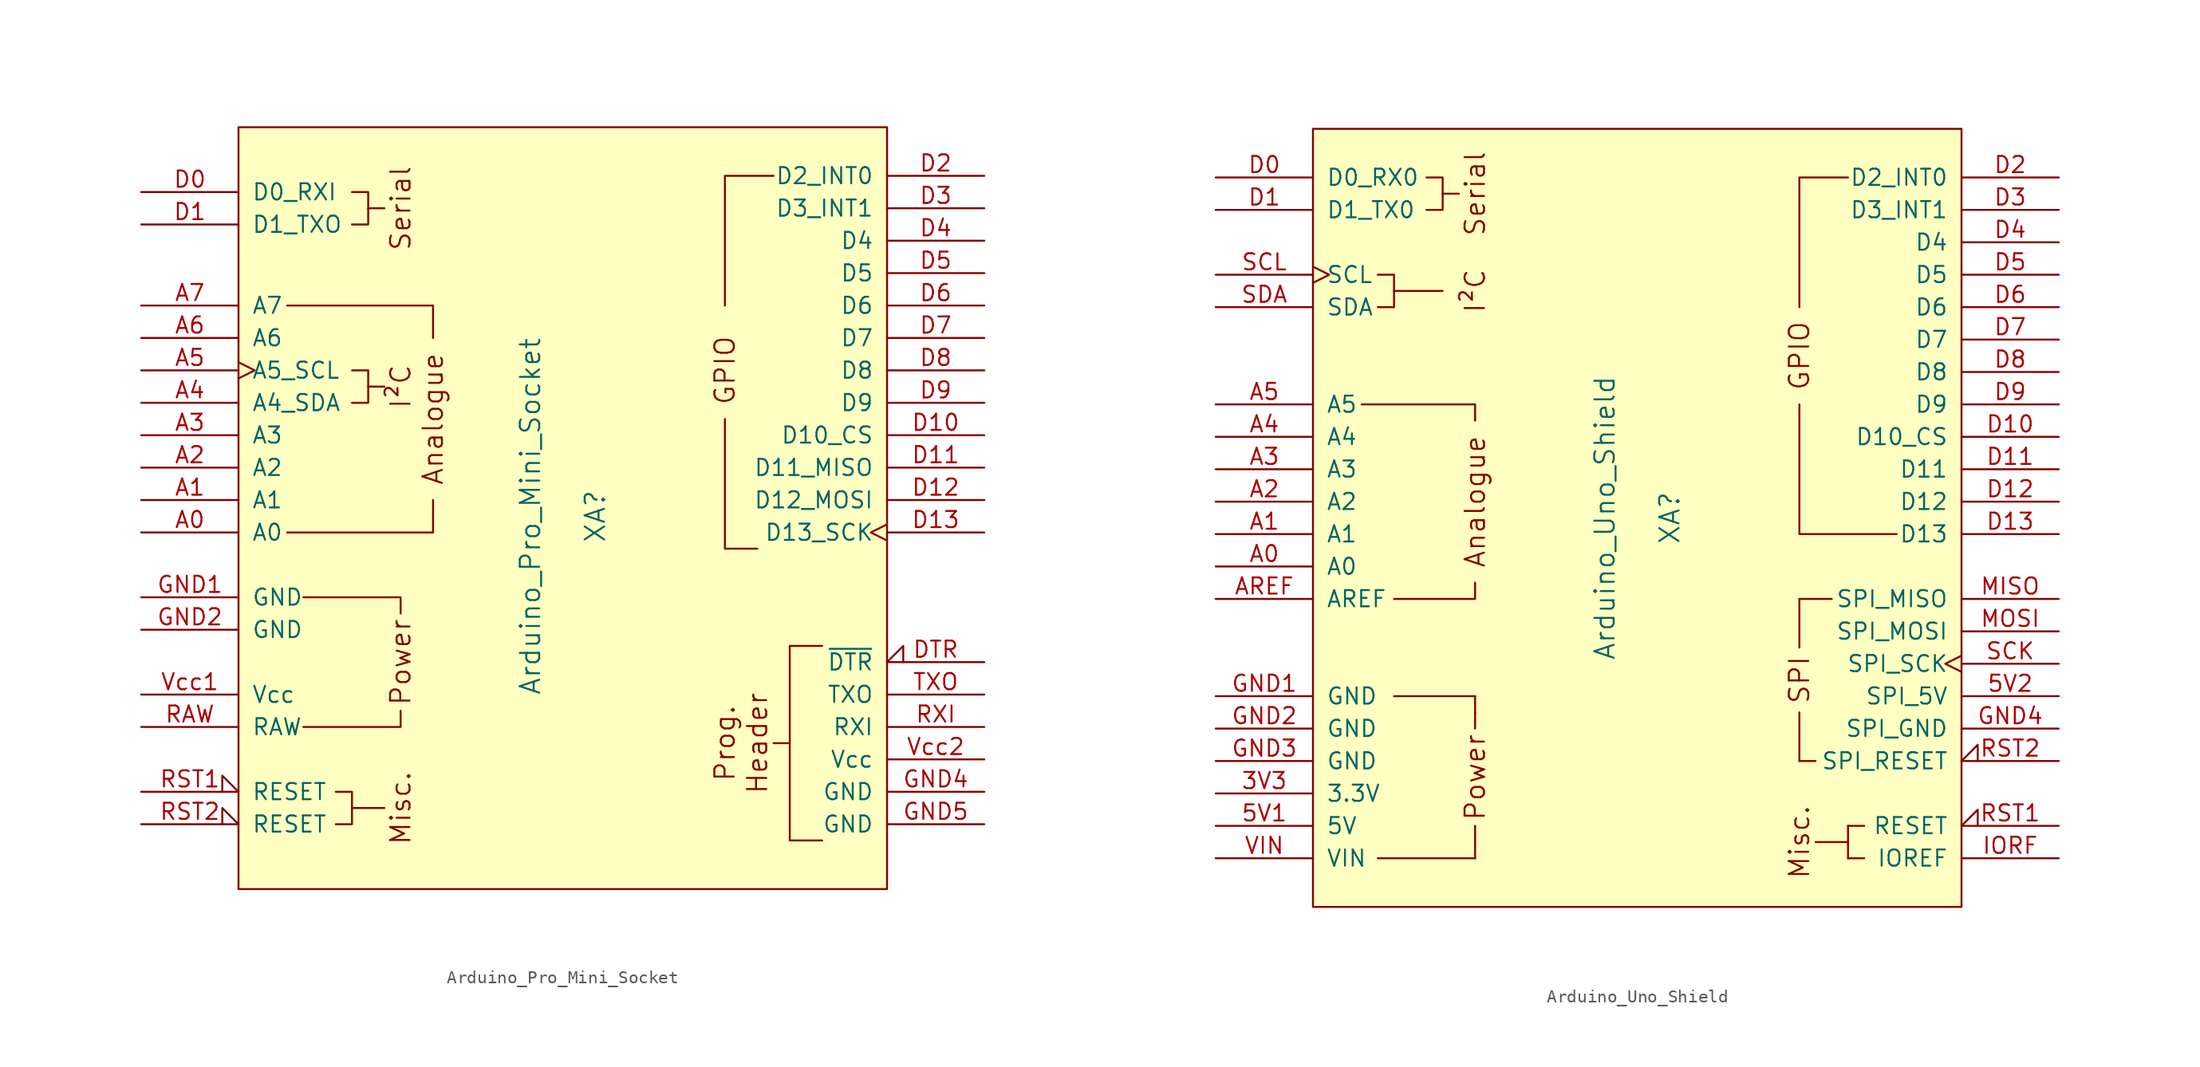
<source format=kicad_sym>
(kicad_symbol_lib
  (version 20211014)
  (generator kicad_symbol_editor)
  (symbol "Arduino_Pro_Mini_Socket"
    (pin_names
      (offset 1.016))
    (property "Reference" "XA"
      (at 2.54 0 90)
      (effects (font (size 1.524 1.524))))
    (property "Value" "Arduino_Pro_Mini_Socket"
      (at -2.54 0 90)
      (effects (font (size 1.524 1.524))))
    (symbol "Arduino_Pro_Mini_Socket_0_0"
      (rectangle (start -25.4 30.48) (end 25.4 -29.21) (stroke (width 0) (type default) (color 0 0 0 0)) (fill (type background)))
      (polyline (pts (xy -15.24 10.16) (xy -13.97 10.16)) (stroke (width 0) (type default) (color 0 0 0 0)) (fill (type none)))
      (polyline (pts (xy -15.24 24.13) (xy -13.97 24.13)) (stroke (width 0) (type default) (color 0 0 0 0)) (fill (type none)))
      (polyline (pts (xy -13.97 -22.86) (xy -16.51 -22.86)) (stroke (width 0) (type default) (color 0 0 0 0)) (fill (type none)))
      (polyline (pts (xy -20.32 -16.51) (xy -12.7 -16.51) (xy -12.7 -15.24)) (stroke (width 0) (type default) (color 0 0 0 0)) (fill (type none)))
      (polyline (pts (xy -12.7 -7.62) (xy -12.7 -6.35) (xy -20.32 -6.35)) (stroke (width 0) (type default) (color 0 0 0 0)) (fill (type none)))
      (polyline (pts (xy -10.16 1.27) (xy -10.16 -1.27) (xy -21.59 -1.27)) (stroke (width 0) (type default) (color 0 0 0 0)) (fill (type none)))
      (polyline (pts (xy -10.16 13.97) (xy -10.16 16.51) (xy -21.59 16.51)) (stroke (width 0) (type default) (color 0 0 0 0)) (fill (type none)))
      (polyline (pts (xy -16.51 11.43) (xy -15.24 11.43) (xy -15.24 8.89) (xy -16.51 8.89)) (stroke (width 0) (type default) (color 0 0 0 0)) (fill (type none)))
      (polyline (pts (xy -16.51 25.4) (xy -15.24 25.4) (xy -15.24 22.86) (xy -16.51 22.86)) (stroke (width 0) (type default) (color 0 0 0 0)) (fill (type none)))
      (polyline (pts (xy 20.32 -10.16) (xy 17.78 -10.16) (xy 17.78 -16.51) (xy 17.78 -17.78) (xy 16.51 -17.78) (xy 17.78 -17.78) (xy 17.78 -25.4) (xy 20.32 -25.4)) (stroke (width 0) (type default) (color 0 0 0 0)) (fill (type none)))
      (text "Analogue" (at -10.16 7.62 900) (effects (font (size 1.524 1.524))))
      (text "Header" (at 15.24 -17.78 900) (effects (font (size 1.524 1.524))))
      (text "I²C" (at -12.7 10.16 900) (effects (font (size 1.524 1.524))))
      (text "Misc." (at -12.7 -22.86 900) (effects (font (size 1.524 1.524))))
      (text "Power" (at -12.7 -11.43 900) (effects (font (size 1.524 1.524))))
      (text "Prog." (at 12.7 -17.78 900) (effects (font (size 1.524 1.524))))
      (text "Serial" (at -12.7 24.13 900) (effects (font (size 1.524 1.524)))))
    (symbol "Arduino_Pro_Mini_Socket_0_1"
      (polyline (pts (xy 15.24 -2.54) (xy 12.7 -2.54) (xy 12.7 7.62)) (stroke (width 0) (type default) (color 0 0 0 0)) (fill (type none)))
      (polyline (pts (xy 16.51 26.67) (xy 12.7 26.67) (xy 12.7 16.51)) (stroke (width 0) (type default) (color 0 0 0 0)) (fill (type none)))
      (polyline (pts (xy -17.78 -24.13) (xy -16.51 -24.13) (xy -16.51 -21.59) (xy -17.78 -21.59)) (stroke (width 0) (type default) (color 0 0 0 0)) (fill (type none))))
    (symbol "Arduino_Pro_Mini_Socket_1_0"
      (text "GPIO" (at 12.7 11.43 900) (effects (font (size 1.524 1.524)))))
    (symbol "Arduino_Pro_Mini_Socket_1_1"
      (pin bidirectional line (at -33.02 -1.27 0) (length 7.62) (name "A0" (effects (font (size 1.27 1.27)))) (number "A0" (effects (font (size 1.27 1.27)))))
      (pin bidirectional line (at -33.02 1.27 0) (length 7.62) (name "A1" (effects (font (size 1.27 1.27)))) (number "A1" (effects (font (size 1.27 1.27)))))
      (pin bidirectional line (at -33.02 3.81 0) (length 7.62) (name "A2" (effects (font (size 1.27 1.27)))) (number "A2" (effects (font (size 1.27 1.27)))))
      (pin bidirectional line (at -33.02 6.35 0) (length 7.62) (name "A3" (effects (font (size 1.27 1.27)))) (number "A3" (effects (font (size 1.27 1.27)))))
      (pin bidirectional line (at -33.02 8.89 0) (length 7.62) (name "A4_SDA" (effects (font (size 1.27 1.27)))) (number "A4" (effects (font (size 1.27 1.27)))))
      (pin bidirectional clock (at -33.02 11.43 0) (length 7.62) (name "A5_SCL" (effects (font (size 1.27 1.27)))) (number "A5" (effects (font (size 1.27 1.27)))))
      (pin input line (at -33.02 13.97 0) (length 7.62) (name "A6" (effects (font (size 1.27 1.27)))) (number "A6" (effects (font (size 1.27 1.27)))))
      (pin input line (at -33.02 16.51 0) (length 7.62) (name "A7" (effects (font (size 1.27 1.27)))) (number "A7" (effects (font (size 1.27 1.27)))))
      (pin bidirectional line (at -33.02 25.4 0) (length 7.62) (name "D0_RXI" (effects (font (size 1.27 1.27)))) (number "D0" (effects (font (size 1.27 1.27)))))
      (pin bidirectional line (at -33.02 22.86 0) (length 7.62) (name "D1_TXO" (effects (font (size 1.27 1.27)))) (number "D1" (effects (font (size 1.27 1.27)))))
      (pin bidirectional line (at 33.02 6.35 180) (length 7.62) (name "D10_CS" (effects (font (size 1.27 1.27)))) (number "D10" (effects (font (size 1.27 1.27)))))
      (pin bidirectional line (at 33.02 3.81 180) (length 7.62) (name "D11_MISO" (effects (font (size 1.27 1.27)))) (number "D11" (effects (font (size 1.27 1.27)))))
      (pin bidirectional line (at 33.02 1.27 180) (length 7.62) (name "D12_MOSI" (effects (font (size 1.27 1.27)))) (number "D12" (effects (font (size 1.27 1.27)))))
      (pin bidirectional clock (at 33.02 -1.27 180) (length 7.62) (name "D13_SCK" (effects (font (size 1.27 1.27)))) (number "D13" (effects (font (size 1.27 1.27)))))
      (pin bidirectional line (at 33.02 26.67 180) (length 7.62) (name "D2_INT0" (effects (font (size 1.27 1.27)))) (number "D2" (effects (font (size 1.27 1.27)))))
      (pin bidirectional line (at 33.02 24.13 180) (length 7.62) (name "D3_INT1" (effects (font (size 1.27 1.27)))) (number "D3" (effects (font (size 1.27 1.27)))))
      (pin bidirectional line (at 33.02 21.59 180) (length 7.62) (name "D4" (effects (font (size 1.27 1.27)))) (number "D4" (effects (font (size 1.27 1.27)))))
      (pin bidirectional line (at 33.02 19.05 180) (length 7.62) (name "D5" (effects (font (size 1.27 1.27)))) (number "D5" (effects (font (size 1.27 1.27)))))
      (pin bidirectional line (at 33.02 16.51 180) (length 7.62) (name "D6" (effects (font (size 1.27 1.27)))) (number "D6" (effects (font (size 1.27 1.27)))))
      (pin bidirectional line (at 33.02 13.97 180) (length 7.62) (name "D7" (effects (font (size 1.27 1.27)))) (number "D7" (effects (font (size 1.27 1.27)))))
      (pin bidirectional line (at 33.02 11.43 180) (length 7.62) (name "D8" (effects (font (size 1.27 1.27)))) (number "D8" (effects (font (size 1.27 1.27)))))
      (pin bidirectional line (at 33.02 8.89 180) (length 7.62) (name "D9" (effects (font (size 1.27 1.27)))) (number "D9" (effects (font (size 1.27 1.27)))))
      (pin input input_low (at 33.02 -11.43 180) (length 7.62) (name "~{DTR}" (effects (font (size 1.27 1.27)))) (number "DTR" (effects (font (size 1.27 1.27)))))
      (pin power_in line (at -33.02 -6.35 0) (length 7.62) (name "GND" (effects (font (size 1.27 1.27)))) (number "GND1" (effects (font (size 1.27 1.27)))))
      (pin power_in line (at -33.02 -8.89 0) (length 7.62) (name "GND" (effects (font (size 1.27 1.27)))) (number "GND2" (effects (font (size 1.27 1.27)))))
      (pin power_in line (at 33.02 -21.59 180) (length 7.62) (name "GND" (effects (font (size 1.27 1.27)))) (number "GND4" (effects (font (size 1.27 1.27)))))
      (pin power_in line (at 33.02 -24.13 180) (length 7.62) (name "GND" (effects (font (size 1.27 1.27)))) (number "GND5" (effects (font (size 1.27 1.27)))))
      (pin power_in line (at -33.02 -16.51 0) (length 7.62) (name "RAW" (effects (font (size 1.27 1.27)))) (number "RAW" (effects (font (size 1.27 1.27)))))
      (pin open_collector input_low (at -33.02 -21.59 0) (length 7.62) (name "RESET" (effects (font (size 1.27 1.27)))) (number "RST1" (effects (font (size 1.27 1.27)))))
      (pin open_collector input_low (at -33.02 -24.13 0) (length 7.62) (name "RESET" (effects (font (size 1.27 1.27)))) (number "RST2" (effects (font (size 1.27 1.27)))))
      (pin input line (at 33.02 -16.51 180) (length 7.62) (name "RXI" (effects (font (size 1.27 1.27)))) (number "RXI" (effects (font (size 1.27 1.27)))))
      (pin output line (at 33.02 -13.97 180) (length 7.62) (name "TXO" (effects (font (size 1.27 1.27)))) (number "TXO" (effects (font (size 1.27 1.27)))))
      (pin power_in line (at -33.02 -13.97 0) (length 7.62) (name "Vcc" (effects (font (size 1.27 1.27)))) (number "Vcc1" (effects (font (size 1.27 1.27)))))
      (pin power_in line (at 33.02 -19.05 180) (length 7.62) (name "Vcc" (effects (font (size 1.27 1.27)))) (number "Vcc2" (effects (font (size 1.27 1.27)))))))
  (symbol "Arduino_Uno_Shield"
    (pin_names
      (offset 1.016))
    (property "Reference" "XA"
      (at 2.54 0 90)
      (effects (font (size 1.524 1.524))))
    (property "Value" "Arduino_Uno_Shield"
      (at -2.54 0 90)
      (effects (font (size 1.524 1.524))))
    (symbol "Arduino_Uno_Shield_0_0"
      (rectangle (start -25.4 30.48) (end 25.4 -30.48) (stroke (width 0) (type default) (color 0 0 0 0)) (fill (type background)))
      (rectangle (start -20.32 -26.67) (end -12.7 -26.67) (stroke (width 0) (type default) (color 0 0 0 0)) (fill (type none)))
      (rectangle (start -19.05 -13.97) (end -12.7 -13.97) (stroke (width 0) (type default) (color 0 0 0 0)) (fill (type none)))
      (polyline (pts (xy -19.05 17.78) (xy -15.24 17.78)) (stroke (width 0) (type default) (color 0 0 0 0)) (fill (type none)))
      (polyline (pts (xy -15.24 25.4) (xy -13.97 25.4)) (stroke (width 0) (type default) (color 0 0 0 0)) (fill (type none)))
      (polyline (pts (xy -12.7 -26.67) (xy -12.7 -24.13)) (stroke (width 0) (type default) (color 0 0 0 0)) (fill (type none)))
      (polyline (pts (xy -12.7 -15.24) (xy -12.7 -16.51)) (stroke (width 0) (type default) (color 0 0 0 0)) (fill (type none)))
      (polyline (pts (xy -12.7 -13.97) (xy -12.7 -15.24)) (stroke (width 0) (type default) (color 0 0 0 0)) (fill (type none)))
      (polyline (pts (xy -12.7 -5.08) (xy -12.7 -6.35) (xy -19.05 -6.35)) (stroke (width 0) (type default) (color 0 0 0 0)) (fill (type none)))
      (polyline (pts (xy -12.7 7.62) (xy -12.7 8.89) (xy -21.59 8.89)) (stroke (width 0) (type default) (color 0 0 0 0)) (fill (type none)))
      (polyline (pts (xy 12.7 8.89) (xy 12.7 -1.27) (xy 20.32 -1.27)) (stroke (width 0) (type default) (color 0 0 0 0)) (fill (type none)))
      (polyline (pts (xy 12.7 16.51) (xy 12.7 26.67) (xy 16.51 26.67)) (stroke (width 0) (type default) (color 0 0 0 0)) (fill (type none)))
      (polyline (pts (xy -20.32 19.05) (xy -19.05 19.05) (xy -19.05 16.51) (xy -20.32 16.51)) (stroke (width 0) (type default) (color 0 0 0 0)) (fill (type none)))
      (polyline (pts (xy -16.51 26.67) (xy -15.24 26.67) (xy -15.24 24.13) (xy -16.51 24.13)) (stroke (width 0) (type default) (color 0 0 0 0)) (fill (type none)))
      (rectangle (start 12.7 -19.05) (end 12.7 -15.24) (stroke (width 0) (type default) (color 0 0 0 0)) (fill (type none)))
      (rectangle (start 12.7 -10.16) (end 12.7 -6.35) (stroke (width 0) (type default) (color 0 0 0 0)) (fill (type none)))
      (rectangle (start 13.97 -19.05) (end 12.7 -19.05) (stroke (width 0) (type default) (color 0 0 0 0)) (fill (type none)))
      (rectangle (start 15.24 -6.35) (end 12.7 -6.35) (stroke (width 0) (type default) (color 0 0 0 0)) (fill (type none)))
      (rectangle (start 16.51 -25.4) (end 13.97 -25.4) (stroke (width 0) (type default) (color 0 0 0 0)) (fill (type none)))
      (rectangle (start 16.51 -24.13) (end 16.51 -26.67) (stroke (width 0) (type default) (color 0 0 0 0)) (fill (type none)))
      (rectangle (start 17.78 -26.67) (end 16.51 -26.67) (stroke (width 0) (type default) (color 0 0 0 0)) (fill (type none)))
      (rectangle (start 17.78 -24.13) (end 16.51 -24.13) (stroke (width 0) (type default) (color 0 0 0 0)) (fill (type none)))
      (text "Analogue" (at -12.7 1.27 900) (effects (font (size 1.524 1.524))))
      (text "I²C" (at -12.7 17.78 900) (effects (font (size 1.524 1.524))))
      (text "Misc." (at 12.7 -25.4 900) (effects (font (size 1.524 1.524))))
      (text "Power" (at -12.7 -20.32 900) (effects (font (size 1.524 1.524))))
      (text "Serial" (at -12.7 25.4 900) (effects (font (size 1.524 1.524))))
      (text "SPI" (at 12.7 -12.7 900) (effects (font (size 1.524 1.524)))))
    (symbol "Arduino_Uno_Shield_1_0"
      (text "GPIO" (at 12.7 12.7 900) (effects (font (size 1.524 1.524)))))
    (symbol "Arduino_Uno_Shield_1_1"
      (pin power_out line (at -33.02 -21.59 0) (length 7.62) (name "3.3V" (effects (font (size 1.27 1.27)))) (number "3V3" (effects (font (size 1.27 1.27)))))
      (pin power_in line (at -33.02 -24.13 0) (length 7.62) (name "5V" (effects (font (size 1.27 1.27)))) (number "5V1" (effects (font (size 1.27 1.27)))))
      (pin power_in line (at 33.02 -13.97 180) (length 7.62) (name "SPI_5V" (effects (font (size 1.27 1.27)))) (number "5V2" (effects (font (size 1.27 1.27)))))
      (pin bidirectional line (at -33.02 -3.81 0) (length 7.62) (name "A0" (effects (font (size 1.27 1.27)))) (number "A0" (effects (font (size 1.27 1.27)))))
      (pin bidirectional line (at -33.02 -1.27 0) (length 7.62) (name "A1" (effects (font (size 1.27 1.27)))) (number "A1" (effects (font (size 1.27 1.27)))))
      (pin bidirectional line (at -33.02 1.27 0) (length 7.62) (name "A2" (effects (font (size 1.27 1.27)))) (number "A2" (effects (font (size 1.27 1.27)))))
      (pin bidirectional line (at -33.02 3.81 0) (length 7.62) (name "A3" (effects (font (size 1.27 1.27)))) (number "A3" (effects (font (size 1.27 1.27)))))
      (pin bidirectional line (at -33.02 6.35 0) (length 7.62) (name "A4" (effects (font (size 1.27 1.27)))) (number "A4" (effects (font (size 1.27 1.27)))))
      (pin bidirectional line (at -33.02 8.89 0) (length 7.62) (name "A5" (effects (font (size 1.27 1.27)))) (number "A5" (effects (font (size 1.27 1.27)))))
      (pin input line (at -33.02 -6.35 0) (length 7.62) (name "AREF" (effects (font (size 1.27 1.27)))) (number "AREF" (effects (font (size 1.27 1.27)))))
      (pin bidirectional line (at -33.02 26.67 0) (length 7.62) (name "D0_RX0" (effects (font (size 1.27 1.27)))) (number "D0" (effects (font (size 1.27 1.27)))))
      (pin bidirectional line (at -33.02 24.13 0) (length 7.62) (name "D1_TX0" (effects (font (size 1.27 1.27)))) (number "D1" (effects (font (size 1.27 1.27)))))
      (pin bidirectional line (at 33.02 6.35 180) (length 7.62) (name "D10_CS" (effects (font (size 1.27 1.27)))) (number "D10" (effects (font (size 1.27 1.27)))))
      (pin bidirectional line (at 33.02 3.81 180) (length 7.62) (name "D11" (effects (font (size 1.27 1.27)))) (number "D11" (effects (font (size 1.27 1.27)))))
      (pin bidirectional line (at 33.02 1.27 180) (length 7.62) (name "D12" (effects (font (size 1.27 1.27)))) (number "D12" (effects (font (size 1.27 1.27)))))
      (pin bidirectional line (at 33.02 -1.27 180) (length 7.62) (name "D13" (effects (font (size 1.27 1.27)))) (number "D13" (effects (font (size 1.27 1.27)))))
      (pin bidirectional line (at 33.02 26.67 180) (length 7.62) (name "D2_INT0" (effects (font (size 1.27 1.27)))) (number "D2" (effects (font (size 1.27 1.27)))))
      (pin bidirectional line (at 33.02 24.13 180) (length 7.62) (name "D3_INT1" (effects (font (size 1.27 1.27)))) (number "D3" (effects (font (size 1.27 1.27)))))
      (pin bidirectional line (at 33.02 21.59 180) (length 7.62) (name "D4" (effects (font (size 1.27 1.27)))) (number "D4" (effects (font (size 1.27 1.27)))))
      (pin bidirectional line (at 33.02 19.05 180) (length 7.62) (name "D5" (effects (font (size 1.27 1.27)))) (number "D5" (effects (font (size 1.27 1.27)))))
      (pin bidirectional line (at 33.02 16.51 180) (length 7.62) (name "D6" (effects (font (size 1.27 1.27)))) (number "D6" (effects (font (size 1.27 1.27)))))
      (pin bidirectional line (at 33.02 13.97 180) (length 7.62) (name "D7" (effects (font (size 1.27 1.27)))) (number "D7" (effects (font (size 1.27 1.27)))))
      (pin bidirectional line (at 33.02 11.43 180) (length 7.62) (name "D8" (effects (font (size 1.27 1.27)))) (number "D8" (effects (font (size 1.27 1.27)))))
      (pin bidirectional line (at 33.02 8.89 180) (length 7.62) (name "D9" (effects (font (size 1.27 1.27)))) (number "D9" (effects (font (size 1.27 1.27)))))
      (pin power_in line (at -33.02 -13.97 0) (length 7.62) (name "GND" (effects (font (size 1.27 1.27)))) (number "GND1" (effects (font (size 1.27 1.27)))))
      (pin power_in line (at -33.02 -16.51 0) (length 7.62) (name "GND" (effects (font (size 1.27 1.27)))) (number "GND2" (effects (font (size 1.27 1.27)))))
      (pin power_in line (at -33.02 -19.05 0) (length 7.62) (name "GND" (effects (font (size 1.27 1.27)))) (number "GND3" (effects (font (size 1.27 1.27)))))
      (pin power_in line (at 33.02 -16.51 180) (length 7.62) (name "SPI_GND" (effects (font (size 1.27 1.27)))) (number "GND4" (effects (font (size 1.27 1.27)))))
      (pin output line (at 33.02 -26.67 180) (length 7.62) (name "IOREF" (effects (font (size 1.27 1.27)))) (number "IORF" (effects (font (size 1.27 1.27)))))
      (pin input line (at 33.02 -6.35 180) (length 7.62) (name "SPI_MISO" (effects (font (size 1.27 1.27)))) (number "MISO" (effects (font (size 1.27 1.27)))))
      (pin output line (at 33.02 -8.89 180) (length 7.62) (name "SPI_MOSI" (effects (font (size 1.27 1.27)))) (number "MOSI" (effects (font (size 1.27 1.27)))))
      (pin open_collector input_low (at 33.02 -24.13 180) (length 7.62) (name "RESET" (effects (font (size 1.27 1.27)))) (number "RST1" (effects (font (size 1.27 1.27)))))
      (pin open_collector input_low (at 33.02 -19.05 180) (length 7.62) (name "SPI_RESET" (effects (font (size 1.27 1.27)))) (number "RST2" (effects (font (size 1.27 1.27)))))
      (pin output clock (at 33.02 -11.43 180) (length 7.62) (name "SPI_SCK" (effects (font (size 1.27 1.27)))) (number "SCK" (effects (font (size 1.27 1.27)))))
      (pin bidirectional clock (at -33.02 19.05 0) (length 7.62) (name "SCL" (effects (font (size 1.27 1.27)))) (number "SCL" (effects (font (size 1.27 1.27)))))
      (pin bidirectional line (at -33.02 16.51 0) (length 7.62) (name "SDA" (effects (font (size 1.27 1.27)))) (number "SDA" (effects (font (size 1.27 1.27)))))
      (pin power_in line (at -33.02 -26.67 0) (length 7.62) (name "VIN" (effects (font (size 1.27 1.27)))) (number "VIN" (effects (font (size 1.27 1.27))))))))
</source>
